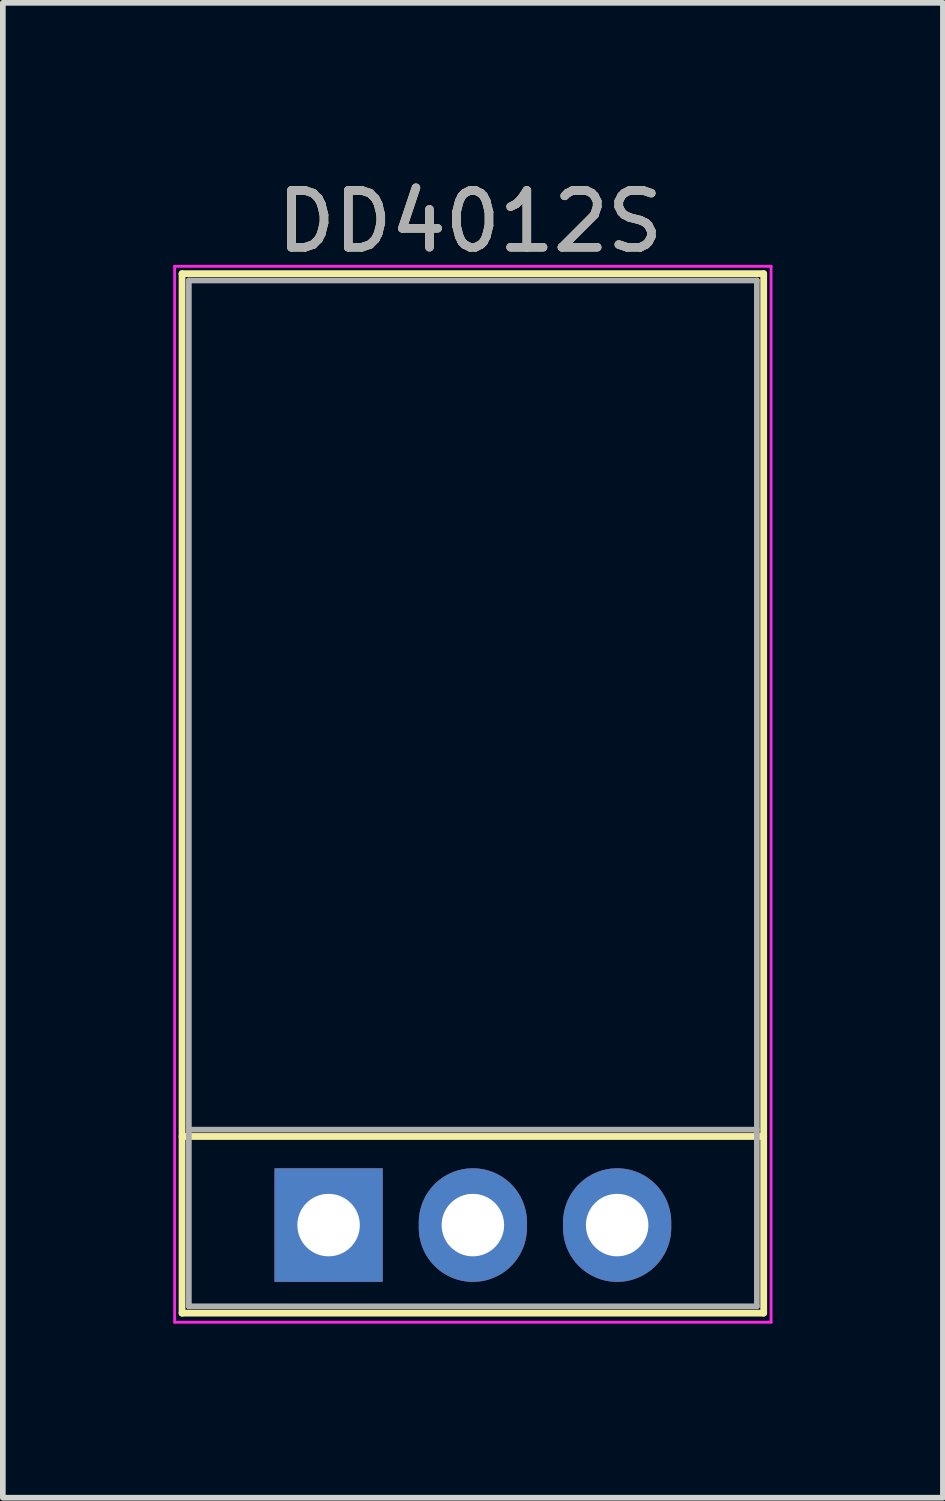
<source format=kicad_pcb>
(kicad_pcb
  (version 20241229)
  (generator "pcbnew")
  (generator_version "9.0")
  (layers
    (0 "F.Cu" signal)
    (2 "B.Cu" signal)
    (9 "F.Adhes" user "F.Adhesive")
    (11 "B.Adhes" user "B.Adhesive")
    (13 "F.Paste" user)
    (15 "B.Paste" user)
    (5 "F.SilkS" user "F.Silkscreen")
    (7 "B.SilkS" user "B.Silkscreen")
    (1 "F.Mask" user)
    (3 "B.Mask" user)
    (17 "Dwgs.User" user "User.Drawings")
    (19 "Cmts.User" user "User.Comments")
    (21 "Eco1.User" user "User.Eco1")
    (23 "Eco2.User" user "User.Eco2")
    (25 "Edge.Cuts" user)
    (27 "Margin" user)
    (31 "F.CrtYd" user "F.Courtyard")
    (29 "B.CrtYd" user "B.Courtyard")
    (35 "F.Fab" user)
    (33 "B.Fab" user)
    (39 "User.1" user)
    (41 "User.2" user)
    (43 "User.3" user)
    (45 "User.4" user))
  (footprint "DD4012S"
    (layer "F.Cu")
    (at 5.235 20.068)
    (property "Reference" "DD4012S" (at -0.01 -19.22 0) (layer "F.SilkS") (effects (font (size 1 1) (thickness 0.15))))
    (attr through_hole)
    (fp_line (start -5.08 -18.3) (end -5.08 0) (stroke (width 0.12) (type solid)) (layer "F.SilkS"))
    (fp_line (start -5.08 -18.3) (end 5.16 -18.3) (stroke (width 0.12) (type solid)) (layer "F.SilkS"))
    (fp_line (start -5.08 -3.11) (end 5.16 -3.11) (stroke (width 0.12) (type solid)) (layer "F.SilkS"))
    (fp_line (start -5.08 0) (end 5.16 0) (stroke (width 0.12) (type solid)) (layer "F.SilkS"))
    (fp_line (start 5.16 -18.3) (end 5.16 0) (stroke (width 0.12) (type solid)) (layer "F.SilkS"))
    (fp_line (start -5.21 -18.43) (end -5.21 0.16) (stroke (width 0.05) (type solid)) (layer "F.CrtYd"))
    (fp_line (start -5.21 0.16) (end 5.29 0.16) (stroke (width 0.05) (type solid)) (layer "F.CrtYd"))
    (fp_line (start 5.29 -18.43) (end -5.21 -18.43) (stroke (width 0.05) (type solid)) (layer "F.CrtYd"))
    (fp_line (start 5.29 0.16) (end 5.29 -18.43) (stroke (width 0.05) (type solid)) (layer "F.CrtYd"))
    (fp_line (start -4.96 -18.18) (end -4.96 -0.12) (stroke (width 0.1) (type solid)) (layer "F.Fab"))
    (fp_line (start -4.96 -3.23) (end 5.04 -3.23) (stroke (width 0.1) (type solid)) (layer "F.Fab"))
    (fp_line (start -4.96 -0.12) (end 5.04 -0.12) (stroke (width 0.1) (type solid)) (layer "F.Fab"))
    (fp_line (start 5.04 -18.18) (end -4.96 -18.18) (stroke (width 0.1) (type solid)) (layer "F.Fab"))
    (fp_line (start 5.04 -18.18) (end 5.04 -0.12) (stroke (width 0.1) (type solid)) (layer "F.Fab"))
    (fp_text user "${REFERENCE}" (at -0.01 -19.22 0) (layer "F.Fab") (effects (font (size 1 1) (thickness 0.15))))
    (pad "1" thru_hole rect (at -2.5 -1.55) (size 1.905 2) (drill 1.1) (layers "*.Cu" "*.Mask"))
    (pad "2" thru_hole oval (at 0.04 -1.55) (size 1.905 2) (drill 1.1) (layers "*.Cu" "*.Mask"))
    (pad "3" thru_hole oval (at 2.58 -1.55) (size 1.905 2) (drill 1.1) (layers "*.Cu" "*.Mask")))
  (gr_rect
    (start -3 -3)
    (end 13.55 23.318)
    (stroke (width 0.1) (type default))
    (fill no)
    (layer "Edge.Cuts")))
</source>
